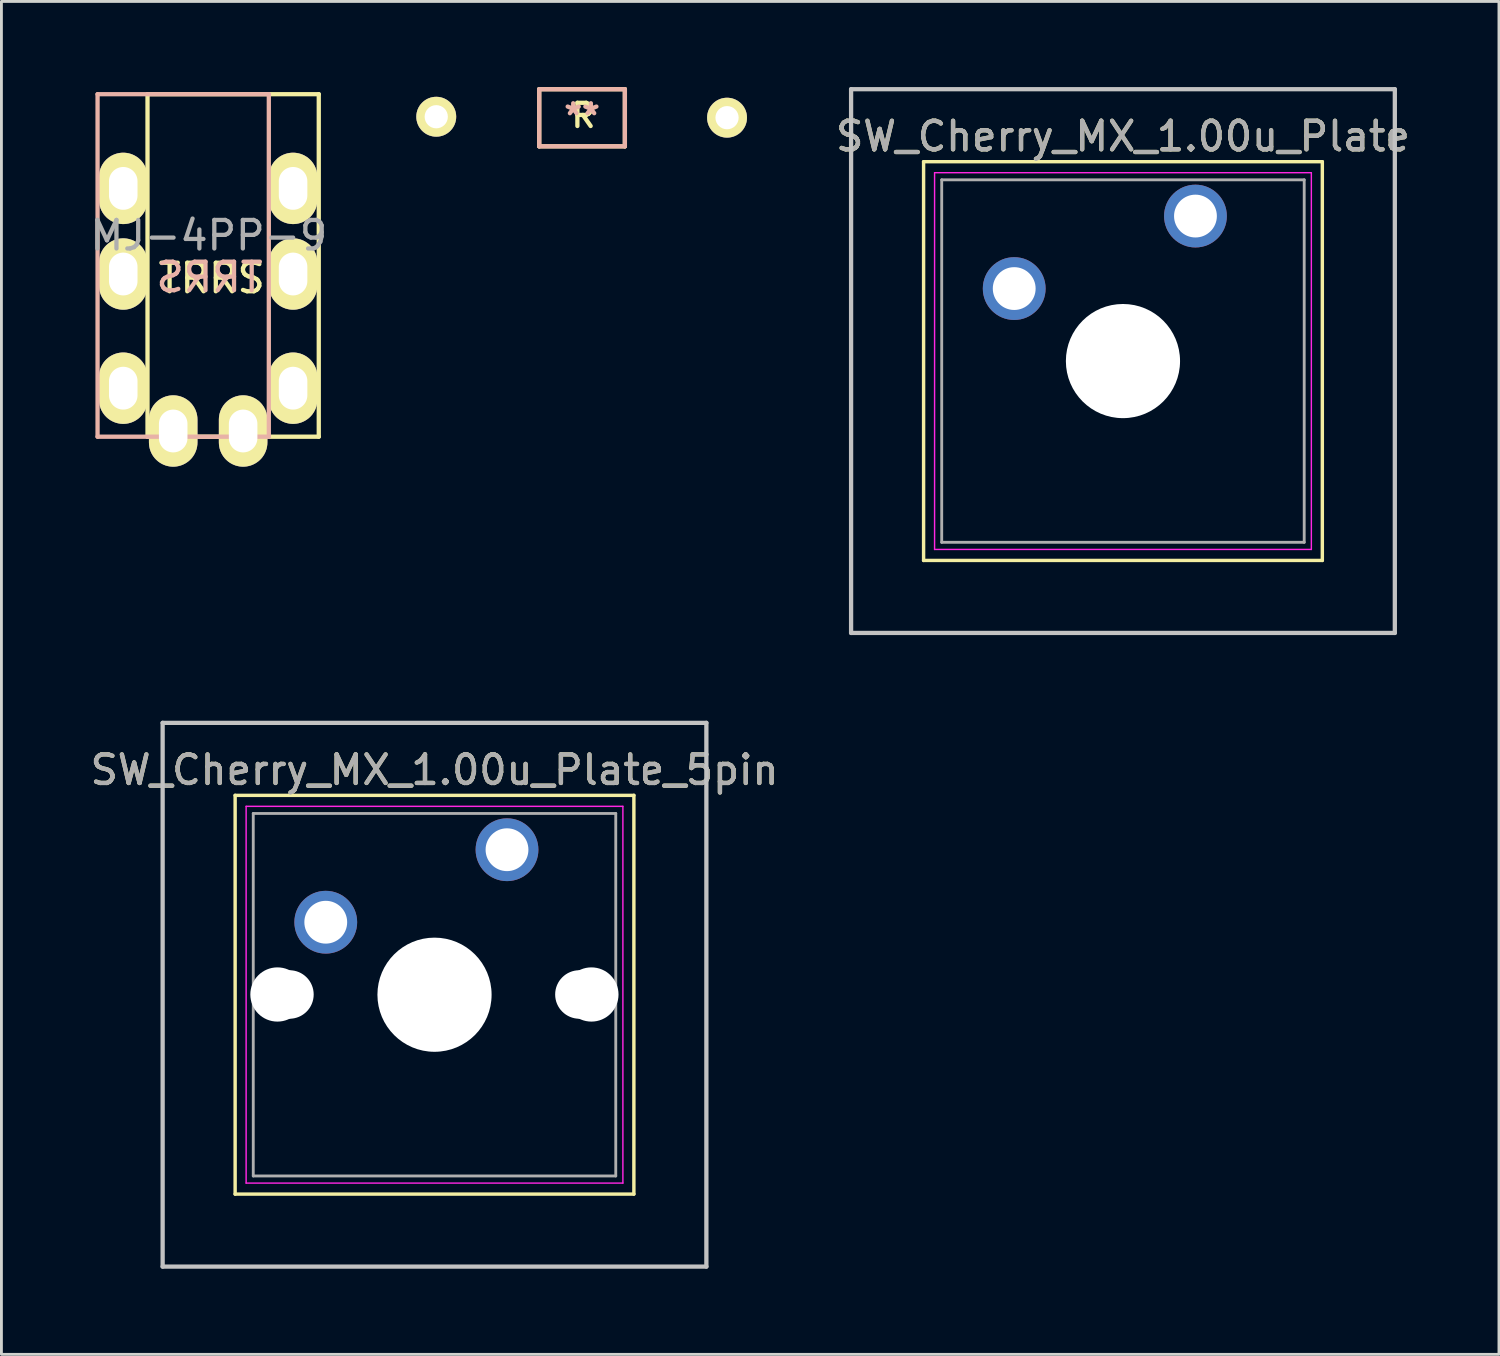
<source format=kicad_pcb>
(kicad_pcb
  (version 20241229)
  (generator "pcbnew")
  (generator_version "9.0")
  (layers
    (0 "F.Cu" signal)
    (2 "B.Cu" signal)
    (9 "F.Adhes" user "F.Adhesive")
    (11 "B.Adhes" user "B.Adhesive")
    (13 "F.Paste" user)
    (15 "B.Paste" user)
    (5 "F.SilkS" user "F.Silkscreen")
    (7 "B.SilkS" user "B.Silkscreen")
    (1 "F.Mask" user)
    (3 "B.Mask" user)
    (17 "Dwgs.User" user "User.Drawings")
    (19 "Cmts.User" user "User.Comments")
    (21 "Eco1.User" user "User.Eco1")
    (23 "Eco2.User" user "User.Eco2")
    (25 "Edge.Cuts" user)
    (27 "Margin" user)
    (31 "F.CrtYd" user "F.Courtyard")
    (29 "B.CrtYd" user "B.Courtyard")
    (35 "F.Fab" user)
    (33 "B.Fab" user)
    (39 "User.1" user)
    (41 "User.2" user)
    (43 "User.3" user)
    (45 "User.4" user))
  (footprint "R"
    (layer "F.Cu")
    (at 17.342 1.076)
    (property "Reference" "R" (at 0.05 -0.08 180) (layer "F.SilkS") (effects (font (size 0.813 0.813) (thickness 0.15))))
    (attr through_hole)
    (fp_line (start -1.501 -1.001) (end -1.501 1.001) (stroke (width 0.15) (type solid)) (layer "F.SilkS"))
    (fp_line (start -1.501 1.001) (end 1.501 1.001) (stroke (width 0.15) (type solid)) (layer "F.SilkS"))
    (fp_line (start 1.501 -1.001) (end -1.501 -1.001) (stroke (width 0.15) (type solid)) (layer "F.SilkS"))
    (fp_line (start 1.501 1.001) (end 1.501 -1.001) (stroke (width 0.15) (type solid)) (layer "F.SilkS"))
    (fp_line (start -1.5 -1) (end 1.5 -1) (stroke (width 0.15) (type solid)) (layer "B.SilkS"))
    (fp_line (start -1.5 1) (end -1.5 -1) (stroke (width 0.15) (type solid)) (layer "B.SilkS"))
    (fp_line (start 1.5 -1) (end 1.5 1) (stroke (width 0.15) (type solid)) (layer "B.SilkS"))
    (fp_line (start 1.5 1) (end -1.5 1) (stroke (width 0.15) (type solid)) (layer "B.SilkS"))
    (fp_text user "**" (at 0 -0.064 180) (layer "B.SilkS") (effects (font (size 0.813 0.813) (thickness 0.15)) (justify mirror)))
    (pad "1" thru_hole circle (at -5.108 -0.036) (size 1.397 1.397) (drill 0.813) (layers "*.Cu" "*.Mask" "F.SilkS"))
    (pad "2" thru_hole circle (at 5.08 -0.003) (size 1.397 1.397) (drill 0.813) (layers "*.Cu" "*.Mask" "F.SilkS")))
  (footprint "SW_Cherry_MX_1.00u_Plate"
    (layer "F.Cu")
    (at 38.833 4.52)
    (property "Reference" "SW_Cherry_MX_1.00u_Plate" (at -2.54 -2.794 0) (layer "F.SilkS") (effects (font (size 1 1) (thickness 0.15))))
    (attr through_hole)
    (fp_line (start -9.525 -1.905) (end 4.445 -1.905) (stroke (width 0.12) (type solid)) (layer "F.SilkS"))
    (fp_line (start -9.525 12.065) (end -9.525 -1.905) (stroke (width 0.12) (type solid)) (layer "F.SilkS"))
    (fp_line (start 4.445 -1.905) (end 4.445 12.065) (stroke (width 0.12) (type solid)) (layer "F.SilkS"))
    (fp_line (start 4.445 12.065) (end -9.525 12.065) (stroke (width 0.12) (type solid)) (layer "F.SilkS"))
    (fp_line (start -12.065 -4.445) (end 6.985 -4.445) (stroke (width 0.15) (type solid)) (layer "Dwgs.User"))
    (fp_line (start -12.065 14.605) (end -12.065 -4.445) (stroke (width 0.15) (type solid)) (layer "Dwgs.User"))
    (fp_line (start 6.985 -4.445) (end 6.985 14.605) (stroke (width 0.15) (type solid)) (layer "Dwgs.User"))
    (fp_line (start 6.985 14.605) (end -12.065 14.605) (stroke (width 0.15) (type solid)) (layer "Dwgs.User"))
    (fp_line (start -9.14 -1.52) (end 4.06 -1.52) (stroke (width 0.05) (type solid)) (layer "F.CrtYd"))
    (fp_line (start -9.14 11.68) (end -9.14 -1.52) (stroke (width 0.05) (type solid)) (layer "F.CrtYd"))
    (fp_line (start 4.06 -1.52) (end 4.06 11.68) (stroke (width 0.05) (type solid)) (layer "F.CrtYd"))
    (fp_line (start 4.06 11.68) (end -9.14 11.68) (stroke (width 0.05) (type solid)) (layer "F.CrtYd"))
    (fp_line (start -8.89 -1.27) (end 3.81 -1.27) (stroke (width 0.1) (type solid)) (layer "F.Fab"))
    (fp_line (start -8.89 11.43) (end -8.89 -1.27) (stroke (width 0.1) (type solid)) (layer "F.Fab"))
    (fp_line (start 3.81 -1.27) (end 3.81 11.43) (stroke (width 0.1) (type solid)) (layer "F.Fab"))
    (fp_line (start 3.81 11.43) (end -8.89 11.43) (stroke (width 0.1) (type solid)) (layer "F.Fab"))
    (fp_text user "${REFERENCE}" (at -2.54 -2.794 0) (layer "F.Fab") (effects (font (size 1 1) (thickness 0.15))))
    (pad "" np_thru_hole circle (at -2.54 5.08) (size 4 4) (drill 4) (layers "*.Cu" "*.Mask"))
    (pad "1" thru_hole circle (at 0 0) (size 2.2 2.2) (drill 1.5) (layers "*.Cu" "*.Mask"))
    (pad "2" thru_hole circle (at -6.35 2.54) (size 2.2 2.2) (drill 1.5) (layers "*.Cu" "*.Mask")))
  (footprint "SW_Cherry_MX_1.00u_Plate_5pin"
    (layer "F.Cu")
    (at 14.713 26.72)
    (property "Reference" "SW_Cherry_MX_1.00u_Plate_5pin" (at -2.54 -2.794 0) (layer "F.SilkS") (effects (font (size 1 1) (thickness 0.15))))
    (attr through_hole)
    (fp_line (start -9.525 -1.905) (end 4.445 -1.905) (stroke (width 0.12) (type solid)) (layer "F.SilkS"))
    (fp_line (start -9.525 12.065) (end -9.525 -1.905) (stroke (width 0.12) (type solid)) (layer "F.SilkS"))
    (fp_line (start 4.445 -1.905) (end 4.445 12.065) (stroke (width 0.12) (type solid)) (layer "F.SilkS"))
    (fp_line (start 4.445 12.065) (end -9.525 12.065) (stroke (width 0.12) (type solid)) (layer "F.SilkS"))
    (fp_line (start -12.065 -4.445) (end 6.985 -4.445) (stroke (width 0.15) (type solid)) (layer "Dwgs.User"))
    (fp_line (start -12.065 14.605) (end -12.065 -4.445) (stroke (width 0.15) (type solid)) (layer "Dwgs.User"))
    (fp_line (start 6.985 -4.445) (end 6.985 14.605) (stroke (width 0.15) (type solid)) (layer "Dwgs.User"))
    (fp_line (start 6.985 14.605) (end -12.065 14.605) (stroke (width 0.15) (type solid)) (layer "Dwgs.User"))
    (fp_line (start -9.14 -1.52) (end 4.06 -1.52) (stroke (width 0.05) (type solid)) (layer "F.CrtYd"))
    (fp_line (start -9.14 11.68) (end -9.14 -1.52) (stroke (width 0.05) (type solid)) (layer "F.CrtYd"))
    (fp_line (start 4.06 -1.52) (end 4.06 11.68) (stroke (width 0.05) (type solid)) (layer "F.CrtYd"))
    (fp_line (start 4.06 11.68) (end -9.14 11.68) (stroke (width 0.05) (type solid)) (layer "F.CrtYd"))
    (fp_line (start -8.89 -1.27) (end 3.81 -1.27) (stroke (width 0.1) (type solid)) (layer "F.Fab"))
    (fp_line (start -8.89 11.43) (end -8.89 -1.27) (stroke (width 0.1) (type solid)) (layer "F.Fab"))
    (fp_line (start 3.81 -1.27) (end 3.81 11.43) (stroke (width 0.1) (type solid)) (layer "F.Fab"))
    (fp_line (start 3.81 11.43) (end -8.89 11.43) (stroke (width 0.1) (type solid)) (layer "F.Fab"))
    (fp_text user "${REFERENCE}" (at -2.54 -2.794 0) (layer "F.Fab") (effects (font (size 1 1) (thickness 0.15))))
    (pad "" np_thru_hole circle (at -8.043 5.072 90) (size 1.9 1.9) (drill 1.9) (layers "*.Cu" "*.Mask"))
    (pad "" np_thru_hole circle (at -7.623 5.072) (size 1.7 1.7) (drill 1.7) (layers "*.Cu" "*.Mask"))
    (pad "" np_thru_hole circle (at -2.54 5.08) (size 4 4) (drill 4) (layers "*.Cu" "*.Mask"))
    (pad "" np_thru_hole circle (at 2.537 5.072) (size 1.7 1.7) (drill 1.7) (layers "*.Cu" "*.Mask"))
    (pad "" np_thru_hole circle (at 2.957 5.072 90) (size 1.9 1.9) (drill 1.9) (layers "*.Cu" "*.Mask"))
    (pad "1" thru_hole circle (at 0 0) (size 2.2 2.2) (drill 1.5) (layers "*.Cu" "*.Mask"))
    (pad "2" thru_hole circle (at -6.35 2.54) (size 2.2 2.2) (drill 1.5) (layers "*.Cu" "*.Mask")))
  (footprint "MJ-4PP-9"
    (layer "F.Cu")
    (at 5.118 0.25)
    (property "Reference" "MJ-4PP-9" (at -0.85 4.95 0) (layer "F.Fab") (effects (font (size 1 1) (thickness 0.15))))
    (attr through_hole)
    (fp_line (start -3 0) (end 3 0) (stroke (width 0.15) (type solid)) (layer "F.SilkS"))
    (fp_line (start -3 12) (end -3 0) (stroke (width 0.15) (type solid)) (layer "F.SilkS"))
    (fp_line (start 3 0) (end 3 12) (stroke (width 0.15) (type solid)) (layer "F.SilkS"))
    (fp_line (start 3 12) (end -3 12) (stroke (width 0.15) (type solid)) (layer "F.SilkS"))
    (fp_line (start -4.75 0) (end 1.25 0) (stroke (width 0.15) (type solid)) (layer "B.SilkS"))
    (fp_line (start -4.75 12) (end -4.75 0) (stroke (width 0.15) (type solid)) (layer "B.SilkS"))
    (fp_line (start 1.25 0) (end 1.25 12) (stroke (width 0.15) (type solid)) (layer "B.SilkS"))
    (fp_line (start 1.25 12) (end -4.75 12) (stroke (width 0.15) (type solid)) (layer "B.SilkS"))
    (fp_text user "TRRS" (at -0.75 6.45 0) (layer "F.SilkS") (effects (font (size 1 1) (thickness 0.15))))
    (fp_text user "TRRS" (at -0.826 6.413 0) (layer "B.SilkS") (effects (font (size 1 1) (thickness 0.15)) (justify mirror)))
    (pad "A" thru_hole oval (at -2.1 11.8) (size 1.7 2.5) (drill oval 1 1.5) (layers "*.Cu" "*.Mask" "F.SilkS"))
    (pad "A" thru_hole oval (at 0.35 11.8) (size 1.7 2.5) (drill oval 1 1.5) (layers "*.Cu" "*.Mask" "F.SilkS"))
    (pad "B" thru_hole oval (at -3.85 3.3) (size 1.7 2.5) (drill oval 1 1.5) (layers "*.Cu" "*.Mask" "F.SilkS"))
    (pad "B" thru_hole oval (at 2.1 3.3) (size 1.7 2.5) (drill oval 1 1.5) (layers "*.Cu" "*.Mask" "F.SilkS"))
    (pad "C" thru_hole oval (at -3.85 6.3) (size 1.7 2.5) (drill oval 1 1.5) (layers "*.Cu" "*.Mask" "F.SilkS"))
    (pad "C" thru_hole oval (at 2.1 6.3) (size 1.7 2.5) (drill oval 1 1.5) (layers "*.Cu" "*.Mask" "F.SilkS"))
    (pad "D" thru_hole oval (at -3.85 10.3) (size 1.7 2.5) (drill oval 1 1.5) (layers "*.Cu" "*.Mask" "F.SilkS"))
    (pad "D" thru_hole oval (at 2.1 10.3) (size 1.7 2.5) (drill oval 1 1.5) (layers "*.Cu" "*.Mask" "F.SilkS")))
  (gr_rect
    (start -3 -3)
    (end 49.466 44.4)
    (stroke (width 0.1) (type default))
    (fill no)
    (layer "Edge.Cuts")))
</source>
